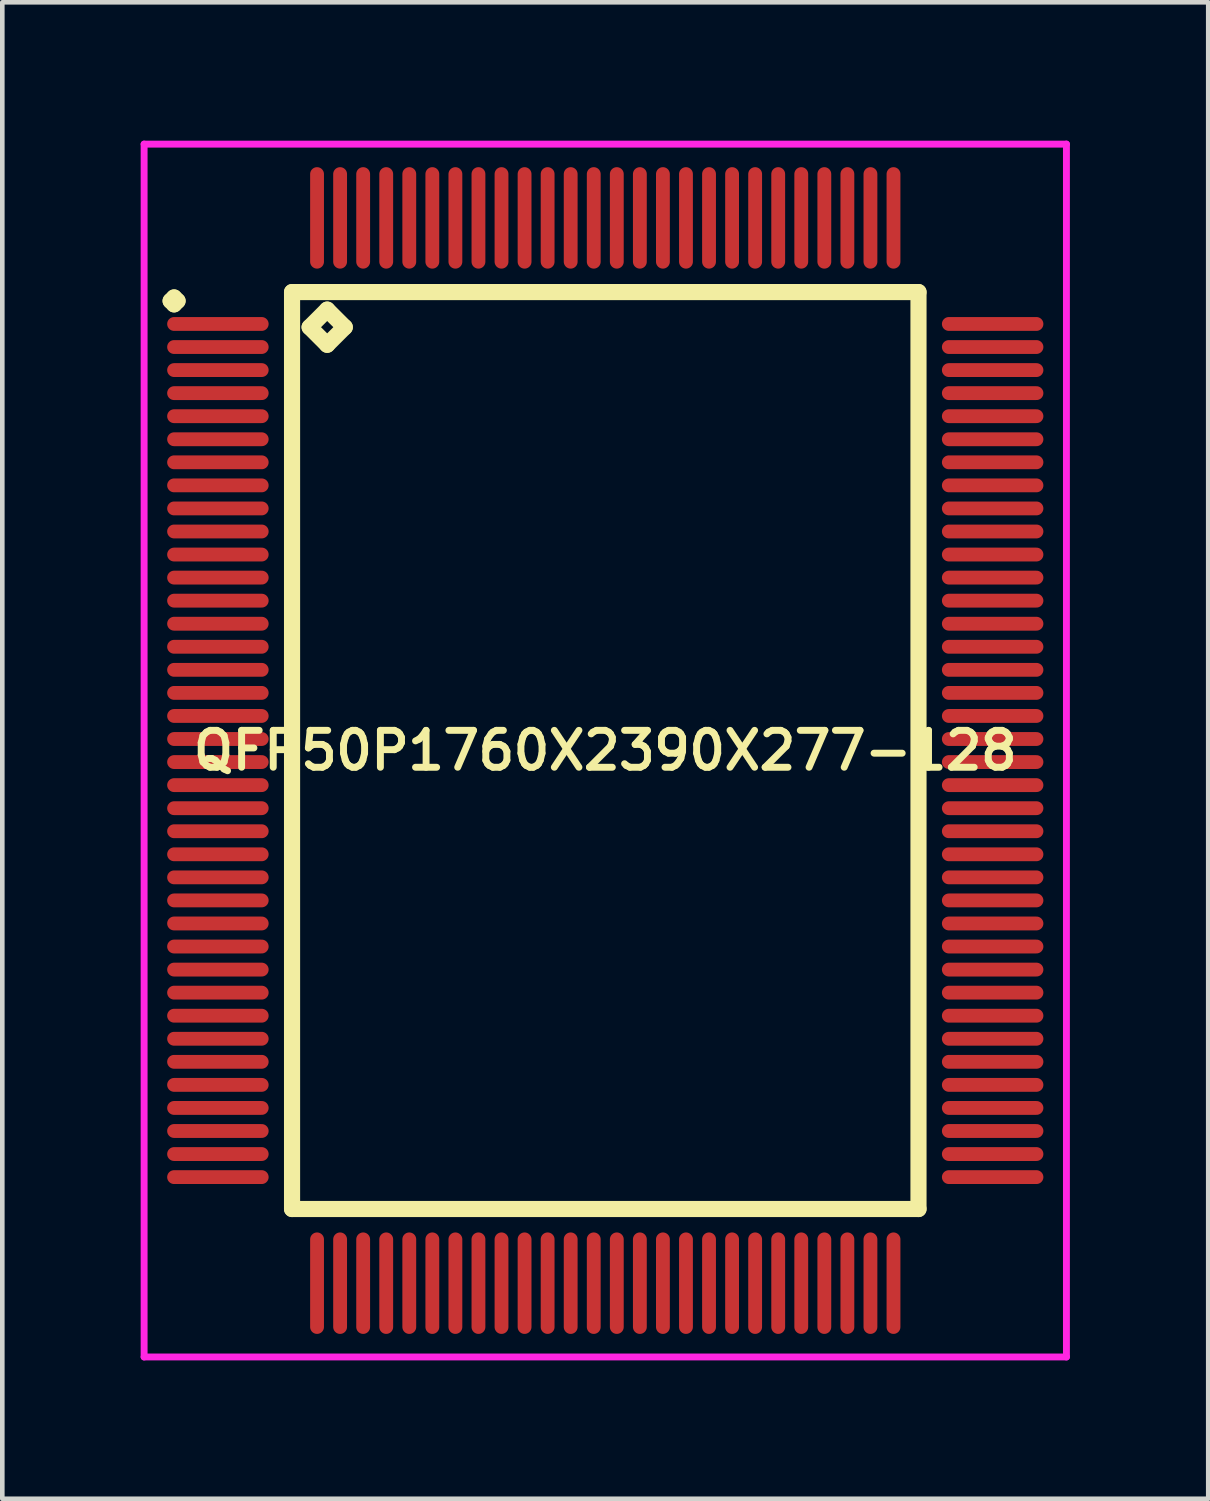
<source format=kicad_pcb>
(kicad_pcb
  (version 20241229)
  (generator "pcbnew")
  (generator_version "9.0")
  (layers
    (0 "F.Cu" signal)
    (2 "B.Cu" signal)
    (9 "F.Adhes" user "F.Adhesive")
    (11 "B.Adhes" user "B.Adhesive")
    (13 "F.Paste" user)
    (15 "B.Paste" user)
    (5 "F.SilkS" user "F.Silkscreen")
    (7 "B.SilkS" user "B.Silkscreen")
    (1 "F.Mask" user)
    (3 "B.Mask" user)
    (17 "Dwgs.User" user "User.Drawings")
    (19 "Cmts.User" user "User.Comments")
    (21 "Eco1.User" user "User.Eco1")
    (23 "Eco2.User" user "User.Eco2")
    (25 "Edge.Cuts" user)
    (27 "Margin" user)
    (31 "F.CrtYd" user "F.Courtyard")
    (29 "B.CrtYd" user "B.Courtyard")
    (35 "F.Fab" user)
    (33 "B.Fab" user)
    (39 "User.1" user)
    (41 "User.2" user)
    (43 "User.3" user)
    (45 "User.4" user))
  (footprint "QFP50P1760X2390X277-128"
    (layer "F.Cu")
    (at 10.075 13.225)
    (property "Reference" "QFP50P1760X2390X277-128" (at 0 0 0) (layer "F.SilkS") (effects (font (size 0.8 0.8) (thickness 0.15))))
    (attr through_hole)
    (fp_line (start -9.425 -9.75) (end -9.35 -9.825) (stroke (width 0.35) (type solid)) (layer "F.SilkS"))
    (fp_line (start -9.35 -9.825) (end -9.275 -9.75) (stroke (width 0.35) (type solid)) (layer "F.SilkS"))
    (fp_line (start -9.35 -9.675) (end -9.425 -9.75) (stroke (width 0.35) (type solid)) (layer "F.SilkS"))
    (fp_line (start -9.275 -9.75) (end -9.35 -9.675) (stroke (width 0.35) (type solid)) (layer "F.SilkS"))
    (fp_line (start -6.792 -9.942) (end -6.792 9.942) (stroke (width 0.35) (type solid)) (layer "F.SilkS"))
    (fp_line (start -6.792 9.942) (end 6.792 9.942) (stroke (width 0.35) (type solid)) (layer "F.SilkS"))
    (fp_line (start -6.411 -9.18) (end -6.03 -9.561) (stroke (width 0.35) (type solid)) (layer "F.SilkS"))
    (fp_line (start -6.03 -9.561) (end -5.649 -9.18) (stroke (width 0.35) (type solid)) (layer "F.SilkS"))
    (fp_line (start -6.03 -8.799) (end -6.411 -9.18) (stroke (width 0.35) (type solid)) (layer "F.SilkS"))
    (fp_line (start -5.649 -9.18) (end -6.03 -8.799) (stroke (width 0.35) (type solid)) (layer "F.SilkS"))
    (fp_line (start 6.792 -9.942) (end -6.792 -9.942) (stroke (width 0.35) (type solid)) (layer "F.SilkS"))
    (fp_line (start 6.792 9.942) (end 6.792 -9.942) (stroke (width 0.35) (type solid)) (layer "F.SilkS"))
    (fp_line (start -10 -13.15) (end 10 -13.15) (stroke (width 0.15) (type solid)) (layer "F.CrtYd"))
    (fp_line (start -10 13.15) (end -10 -13.15) (stroke (width 0.15) (type solid)) (layer "F.CrtYd"))
    (fp_line (start 10 -13.15) (end 10 13.15) (stroke (width 0.15) (type solid)) (layer "F.CrtYd"))
    (fp_line (start 10 13.15) (end -10 13.15) (stroke (width 0.15) (type solid)) (layer "F.CrtYd"))
    (pad "1" smd oval (at -8.4 -9.25) (size 2.2 0.3) (layers "F.Cu" "F.Mask" "F.Paste"))
    (pad "2" smd oval (at -8.4 -8.75) (size 2.2 0.3) (layers "F.Cu" "F.Mask" "F.Paste"))
    (pad "3" smd oval (at -8.4 -8.25) (size 2.2 0.3) (layers "F.Cu" "F.Mask" "F.Paste"))
    (pad "4" smd oval (at -8.4 -7.75) (size 2.2 0.3) (layers "F.Cu" "F.Mask" "F.Paste"))
    (pad "5" smd oval (at -8.4 -7.25) (size 2.2 0.3) (layers "F.Cu" "F.Mask" "F.Paste"))
    (pad "6" smd oval (at -8.4 -6.75) (size 2.2 0.3) (layers "F.Cu" "F.Mask" "F.Paste"))
    (pad "7" smd oval (at -8.4 -6.25) (size 2.2 0.3) (layers "F.Cu" "F.Mask" "F.Paste"))
    (pad "8" smd oval (at -8.4 -5.75) (size 2.2 0.3) (layers "F.Cu" "F.Mask" "F.Paste"))
    (pad "9" smd oval (at -8.4 -5.25) (size 2.2 0.3) (layers "F.Cu" "F.Mask" "F.Paste"))
    (pad "10" smd oval (at -8.4 -4.75) (size 2.2 0.3) (layers "F.Cu" "F.Mask" "F.Paste"))
    (pad "11" smd oval (at -8.4 -4.25) (size 2.2 0.3) (layers "F.Cu" "F.Mask" "F.Paste"))
    (pad "12" smd oval (at -8.4 -3.75) (size 2.2 0.3) (layers "F.Cu" "F.Mask" "F.Paste"))
    (pad "13" smd oval (at -8.4 -3.25) (size 2.2 0.3) (layers "F.Cu" "F.Mask" "F.Paste"))
    (pad "14" smd oval (at -8.4 -2.75) (size 2.2 0.3) (layers "F.Cu" "F.Mask" "F.Paste"))
    (pad "15" smd oval (at -8.4 -2.25) (size 2.2 0.3) (layers "F.Cu" "F.Mask" "F.Paste"))
    (pad "16" smd oval (at -8.4 -1.75) (size 2.2 0.3) (layers "F.Cu" "F.Mask" "F.Paste"))
    (pad "17" smd oval (at -8.4 -1.25) (size 2.2 0.3) (layers "F.Cu" "F.Mask" "F.Paste"))
    (pad "18" smd oval (at -8.4 -0.75) (size 2.2 0.3) (layers "F.Cu" "F.Mask" "F.Paste"))
    (pad "19" smd oval (at -8.4 -0.25) (size 2.2 0.3) (layers "F.Cu" "F.Mask" "F.Paste"))
    (pad "20" smd oval (at -8.4 0.25) (size 2.2 0.3) (layers "F.Cu" "F.Mask" "F.Paste"))
    (pad "21" smd oval (at -8.4 0.75) (size 2.2 0.3) (layers "F.Cu" "F.Mask" "F.Paste"))
    (pad "22" smd oval (at -8.4 1.25) (size 2.2 0.3) (layers "F.Cu" "F.Mask" "F.Paste"))
    (pad "23" smd oval (at -8.4 1.75) (size 2.2 0.3) (layers "F.Cu" "F.Mask" "F.Paste"))
    (pad "24" smd oval (at -8.4 2.25) (size 2.2 0.3) (layers "F.Cu" "F.Mask" "F.Paste"))
    (pad "25" smd oval (at -8.4 2.75) (size 2.2 0.3) (layers "F.Cu" "F.Mask" "F.Paste"))
    (pad "26" smd oval (at -8.4 3.25) (size 2.2 0.3) (layers "F.Cu" "F.Mask" "F.Paste"))
    (pad "27" smd oval (at -8.4 3.75) (size 2.2 0.3) (layers "F.Cu" "F.Mask" "F.Paste"))
    (pad "28" smd oval (at -8.4 4.25) (size 2.2 0.3) (layers "F.Cu" "F.Mask" "F.Paste"))
    (pad "29" smd oval (at -8.4 4.75) (size 2.2 0.3) (layers "F.Cu" "F.Mask" "F.Paste"))
    (pad "30" smd oval (at -8.4 5.25) (size 2.2 0.3) (layers "F.Cu" "F.Mask" "F.Paste"))
    (pad "31" smd oval (at -8.4 5.75) (size 2.2 0.3) (layers "F.Cu" "F.Mask" "F.Paste"))
    (pad "32" smd oval (at -8.4 6.25) (size 2.2 0.3) (layers "F.Cu" "F.Mask" "F.Paste"))
    (pad "33" smd oval (at -8.4 6.75) (size 2.2 0.3) (layers "F.Cu" "F.Mask" "F.Paste"))
    (pad "34" smd oval (at -8.4 7.25) (size 2.2 0.3) (layers "F.Cu" "F.Mask" "F.Paste"))
    (pad "35" smd oval (at -8.4 7.75) (size 2.2 0.3) (layers "F.Cu" "F.Mask" "F.Paste"))
    (pad "36" smd oval (at -8.4 8.25) (size 2.2 0.3) (layers "F.Cu" "F.Mask" "F.Paste"))
    (pad "37" smd oval (at -8.4 8.75) (size 2.2 0.3) (layers "F.Cu" "F.Mask" "F.Paste"))
    (pad "38" smd oval (at -8.4 9.25) (size 2.2 0.3) (layers "F.Cu" "F.Mask" "F.Paste"))
    (pad "39" smd oval (at -6.25 11.55) (size 0.3 2.2) (layers "F.Cu" "F.Mask" "F.Paste"))
    (pad "40" smd oval (at -5.75 11.55) (size 0.3 2.2) (layers "F.Cu" "F.Mask" "F.Paste"))
    (pad "41" smd oval (at -5.25 11.55) (size 0.3 2.2) (layers "F.Cu" "F.Mask" "F.Paste"))
    (pad "42" smd oval (at -4.75 11.55) (size 0.3 2.2) (layers "F.Cu" "F.Mask" "F.Paste"))
    (pad "43" smd oval (at -4.25 11.55) (size 0.3 2.2) (layers "F.Cu" "F.Mask" "F.Paste"))
    (pad "44" smd oval (at -3.75 11.55) (size 0.3 2.2) (layers "F.Cu" "F.Mask" "F.Paste"))
    (pad "45" smd oval (at -3.25 11.55) (size 0.3 2.2) (layers "F.Cu" "F.Mask" "F.Paste"))
    (pad "46" smd oval (at -2.75 11.55) (size 0.3 2.2) (layers "F.Cu" "F.Mask" "F.Paste"))
    (pad "47" smd oval (at -2.25 11.55) (size 0.3 2.2) (layers "F.Cu" "F.Mask" "F.Paste"))
    (pad "48" smd oval (at -1.75 11.55) (size 0.3 2.2) (layers "F.Cu" "F.Mask" "F.Paste"))
    (pad "49" smd oval (at -1.25 11.55) (size 0.3 2.2) (layers "F.Cu" "F.Mask" "F.Paste"))
    (pad "50" smd oval (at -0.75 11.55) (size 0.3 2.2) (layers "F.Cu" "F.Mask" "F.Paste"))
    (pad "51" smd oval (at -0.25 11.55) (size 0.3 2.2) (layers "F.Cu" "F.Mask" "F.Paste"))
    (pad "52" smd oval (at 0.25 11.55) (size 0.3 2.2) (layers "F.Cu" "F.Mask" "F.Paste"))
    (pad "53" smd oval (at 0.75 11.55) (size 0.3 2.2) (layers "F.Cu" "F.Mask" "F.Paste"))
    (pad "54" smd oval (at 1.25 11.55) (size 0.3 2.2) (layers "F.Cu" "F.Mask" "F.Paste"))
    (pad "55" smd oval (at 1.75 11.55) (size 0.3 2.2) (layers "F.Cu" "F.Mask" "F.Paste"))
    (pad "56" smd oval (at 2.25 11.55) (size 0.3 2.2) (layers "F.Cu" "F.Mask" "F.Paste"))
    (pad "57" smd oval (at 2.75 11.55) (size 0.3 2.2) (layers "F.Cu" "F.Mask" "F.Paste"))
    (pad "58" smd oval (at 3.25 11.55) (size 0.3 2.2) (layers "F.Cu" "F.Mask" "F.Paste"))
    (pad "59" smd oval (at 3.75 11.55) (size 0.3 2.2) (layers "F.Cu" "F.Mask" "F.Paste"))
    (pad "60" smd oval (at 4.25 11.55) (size 0.3 2.2) (layers "F.Cu" "F.Mask" "F.Paste"))
    (pad "61" smd oval (at 4.75 11.55) (size 0.3 2.2) (layers "F.Cu" "F.Mask" "F.Paste"))
    (pad "62" smd oval (at 5.25 11.55) (size 0.3 2.2) (layers "F.Cu" "F.Mask" "F.Paste"))
    (pad "63" smd oval (at 5.75 11.55) (size 0.3 2.2) (layers "F.Cu" "F.Mask" "F.Paste"))
    (pad "64" smd oval (at 6.25 11.55) (size 0.3 2.2) (layers "F.Cu" "F.Mask" "F.Paste"))
    (pad "65" smd oval (at 8.4 9.25) (size 2.2 0.3) (layers "F.Cu" "F.Mask" "F.Paste"))
    (pad "66" smd oval (at 8.4 8.75) (size 2.2 0.3) (layers "F.Cu" "F.Mask" "F.Paste"))
    (pad "67" smd oval (at 8.4 8.25) (size 2.2 0.3) (layers "F.Cu" "F.Mask" "F.Paste"))
    (pad "68" smd oval (at 8.4 7.75) (size 2.2 0.3) (layers "F.Cu" "F.Mask" "F.Paste"))
    (pad "69" smd oval (at 8.4 7.25) (size 2.2 0.3) (layers "F.Cu" "F.Mask" "F.Paste"))
    (pad "70" smd oval (at 8.4 6.75) (size 2.2 0.3) (layers "F.Cu" "F.Mask" "F.Paste"))
    (pad "71" smd oval (at 8.4 6.25) (size 2.2 0.3) (layers "F.Cu" "F.Mask" "F.Paste"))
    (pad "72" smd oval (at 8.4 5.75) (size 2.2 0.3) (layers "F.Cu" "F.Mask" "F.Paste"))
    (pad "73" smd oval (at 8.4 5.25) (size 2.2 0.3) (layers "F.Cu" "F.Mask" "F.Paste"))
    (pad "74" smd oval (at 8.4 4.75) (size 2.2 0.3) (layers "F.Cu" "F.Mask" "F.Paste"))
    (pad "75" smd oval (at 8.4 4.25) (size 2.2 0.3) (layers "F.Cu" "F.Mask" "F.Paste"))
    (pad "76" smd oval (at 8.4 3.75) (size 2.2 0.3) (layers "F.Cu" "F.Mask" "F.Paste"))
    (pad "77" smd oval (at 8.4 3.25) (size 2.2 0.3) (layers "F.Cu" "F.Mask" "F.Paste"))
    (pad "78" smd oval (at 8.4 2.75) (size 2.2 0.3) (layers "F.Cu" "F.Mask" "F.Paste"))
    (pad "79" smd oval (at 8.4 2.25) (size 2.2 0.3) (layers "F.Cu" "F.Mask" "F.Paste"))
    (pad "80" smd oval (at 8.4 1.75) (size 2.2 0.3) (layers "F.Cu" "F.Mask" "F.Paste"))
    (pad "81" smd oval (at 8.4 1.25) (size 2.2 0.3) (layers "F.Cu" "F.Mask" "F.Paste"))
    (pad "82" smd oval (at 8.4 0.75) (size 2.2 0.3) (layers "F.Cu" "F.Mask" "F.Paste"))
    (pad "83" smd oval (at 8.4 0.25) (size 2.2 0.3) (layers "F.Cu" "F.Mask" "F.Paste"))
    (pad "84" smd oval (at 8.4 -0.25) (size 2.2 0.3) (layers "F.Cu" "F.Mask" "F.Paste"))
    (pad "85" smd oval (at 8.4 -0.75) (size 2.2 0.3) (layers "F.Cu" "F.Mask" "F.Paste"))
    (pad "86" smd oval (at 8.4 -1.25) (size 2.2 0.3) (layers "F.Cu" "F.Mask" "F.Paste"))
    (pad "87" smd oval (at 8.4 -1.75) (size 2.2 0.3) (layers "F.Cu" "F.Mask" "F.Paste"))
    (pad "88" smd oval (at 8.4 -2.25) (size 2.2 0.3) (layers "F.Cu" "F.Mask" "F.Paste"))
    (pad "89" smd oval (at 8.4 -2.75) (size 2.2 0.3) (layers "F.Cu" "F.Mask" "F.Paste"))
    (pad "90" smd oval (at 8.4 -3.25) (size 2.2 0.3) (layers "F.Cu" "F.Mask" "F.Paste"))
    (pad "91" smd oval (at 8.4 -3.75) (size 2.2 0.3) (layers "F.Cu" "F.Mask" "F.Paste"))
    (pad "92" smd oval (at 8.4 -4.25) (size 2.2 0.3) (layers "F.Cu" "F.Mask" "F.Paste"))
    (pad "93" smd oval (at 8.4 -4.75) (size 2.2 0.3) (layers "F.Cu" "F.Mask" "F.Paste"))
    (pad "94" smd oval (at 8.4 -5.25) (size 2.2 0.3) (layers "F.Cu" "F.Mask" "F.Paste"))
    (pad "95" smd oval (at 8.4 -5.75) (size 2.2 0.3) (layers "F.Cu" "F.Mask" "F.Paste"))
    (pad "96" smd oval (at 8.4 -6.25) (size 2.2 0.3) (layers "F.Cu" "F.Mask" "F.Paste"))
    (pad "97" smd oval (at 8.4 -6.75) (size 2.2 0.3) (layers "F.Cu" "F.Mask" "F.Paste"))
    (pad "98" smd oval (at 8.4 -7.25) (size 2.2 0.3) (layers "F.Cu" "F.Mask" "F.Paste"))
    (pad "99" smd oval (at 8.4 -7.75) (size 2.2 0.3) (layers "F.Cu" "F.Mask" "F.Paste"))
    (pad "100" smd oval (at 8.4 -8.25) (size 2.2 0.3) (layers "F.Cu" "F.Mask" "F.Paste"))
    (pad "101" smd oval (at 8.4 -8.75) (size 2.2 0.3) (layers "F.Cu" "F.Mask" "F.Paste"))
    (pad "102" smd oval (at 8.4 -9.25) (size 2.2 0.3) (layers "F.Cu" "F.Mask" "F.Paste"))
    (pad "103" smd oval (at 6.25 -11.55) (size 0.3 2.2) (layers "F.Cu" "F.Mask" "F.Paste"))
    (pad "104" smd oval (at 5.75 -11.55) (size 0.3 2.2) (layers "F.Cu" "F.Mask" "F.Paste"))
    (pad "105" smd oval (at 5.25 -11.55) (size 0.3 2.2) (layers "F.Cu" "F.Mask" "F.Paste"))
    (pad "106" smd oval (at 4.75 -11.55) (size 0.3 2.2) (layers "F.Cu" "F.Mask" "F.Paste"))
    (pad "107" smd oval (at 4.25 -11.55) (size 0.3 2.2) (layers "F.Cu" "F.Mask" "F.Paste"))
    (pad "108" smd oval (at 3.75 -11.55) (size 0.3 2.2) (layers "F.Cu" "F.Mask" "F.Paste"))
    (pad "109" smd oval (at 3.25 -11.55) (size 0.3 2.2) (layers "F.Cu" "F.Mask" "F.Paste"))
    (pad "110" smd oval (at 2.75 -11.55) (size 0.3 2.2) (layers "F.Cu" "F.Mask" "F.Paste"))
    (pad "111" smd oval (at 2.25 -11.55) (size 0.3 2.2) (layers "F.Cu" "F.Mask" "F.Paste"))
    (pad "112" smd oval (at 1.75 -11.55) (size 0.3 2.2) (layers "F.Cu" "F.Mask" "F.Paste"))
    (pad "113" smd oval (at 1.25 -11.55) (size 0.3 2.2) (layers "F.Cu" "F.Mask" "F.Paste"))
    (pad "114" smd oval (at 0.75 -11.55) (size 0.3 2.2) (layers "F.Cu" "F.Mask" "F.Paste"))
    (pad "115" smd oval (at 0.25 -11.55) (size 0.3 2.2) (layers "F.Cu" "F.Mask" "F.Paste"))
    (pad "116" smd oval (at -0.25 -11.55) (size 0.3 2.2) (layers "F.Cu" "F.Mask" "F.Paste"))
    (pad "117" smd oval (at -0.75 -11.55) (size 0.3 2.2) (layers "F.Cu" "F.Mask" "F.Paste"))
    (pad "118" smd oval (at -1.25 -11.55) (size 0.3 2.2) (layers "F.Cu" "F.Mask" "F.Paste"))
    (pad "119" smd oval (at -1.75 -11.55) (size 0.3 2.2) (layers "F.Cu" "F.Mask" "F.Paste"))
    (pad "120" smd oval (at -2.25 -11.55) (size 0.3 2.2) (layers "F.Cu" "F.Mask" "F.Paste"))
    (pad "121" smd oval (at -2.75 -11.55) (size 0.3 2.2) (layers "F.Cu" "F.Mask" "F.Paste"))
    (pad "122" smd oval (at -3.25 -11.55) (size 0.3 2.2) (layers "F.Cu" "F.Mask" "F.Paste"))
    (pad "123" smd oval (at -3.75 -11.55) (size 0.3 2.2) (layers "F.Cu" "F.Mask" "F.Paste"))
    (pad "124" smd oval (at -4.25 -11.55) (size 0.3 2.2) (layers "F.Cu" "F.Mask" "F.Paste"))
    (pad "125" smd oval (at -4.75 -11.55) (size 0.3 2.2) (layers "F.Cu" "F.Mask" "F.Paste"))
    (pad "126" smd oval (at -5.25 -11.55) (size 0.3 2.2) (layers "F.Cu" "F.Mask" "F.Paste"))
    (pad "127" smd oval (at -5.75 -11.55) (size 0.3 2.2) (layers "F.Cu" "F.Mask" "F.Paste"))
    (pad "128" smd oval (at -6.25 -11.55) (size 0.3 2.2) (layers "F.Cu" "F.Mask" "F.Paste")))
  (gr_rect
    (start -3 -3)
    (end 23.15 29.45)
    (stroke (width 0.1) (type default))
    (fill no)
    (layer "Edge.Cuts")))
</source>
